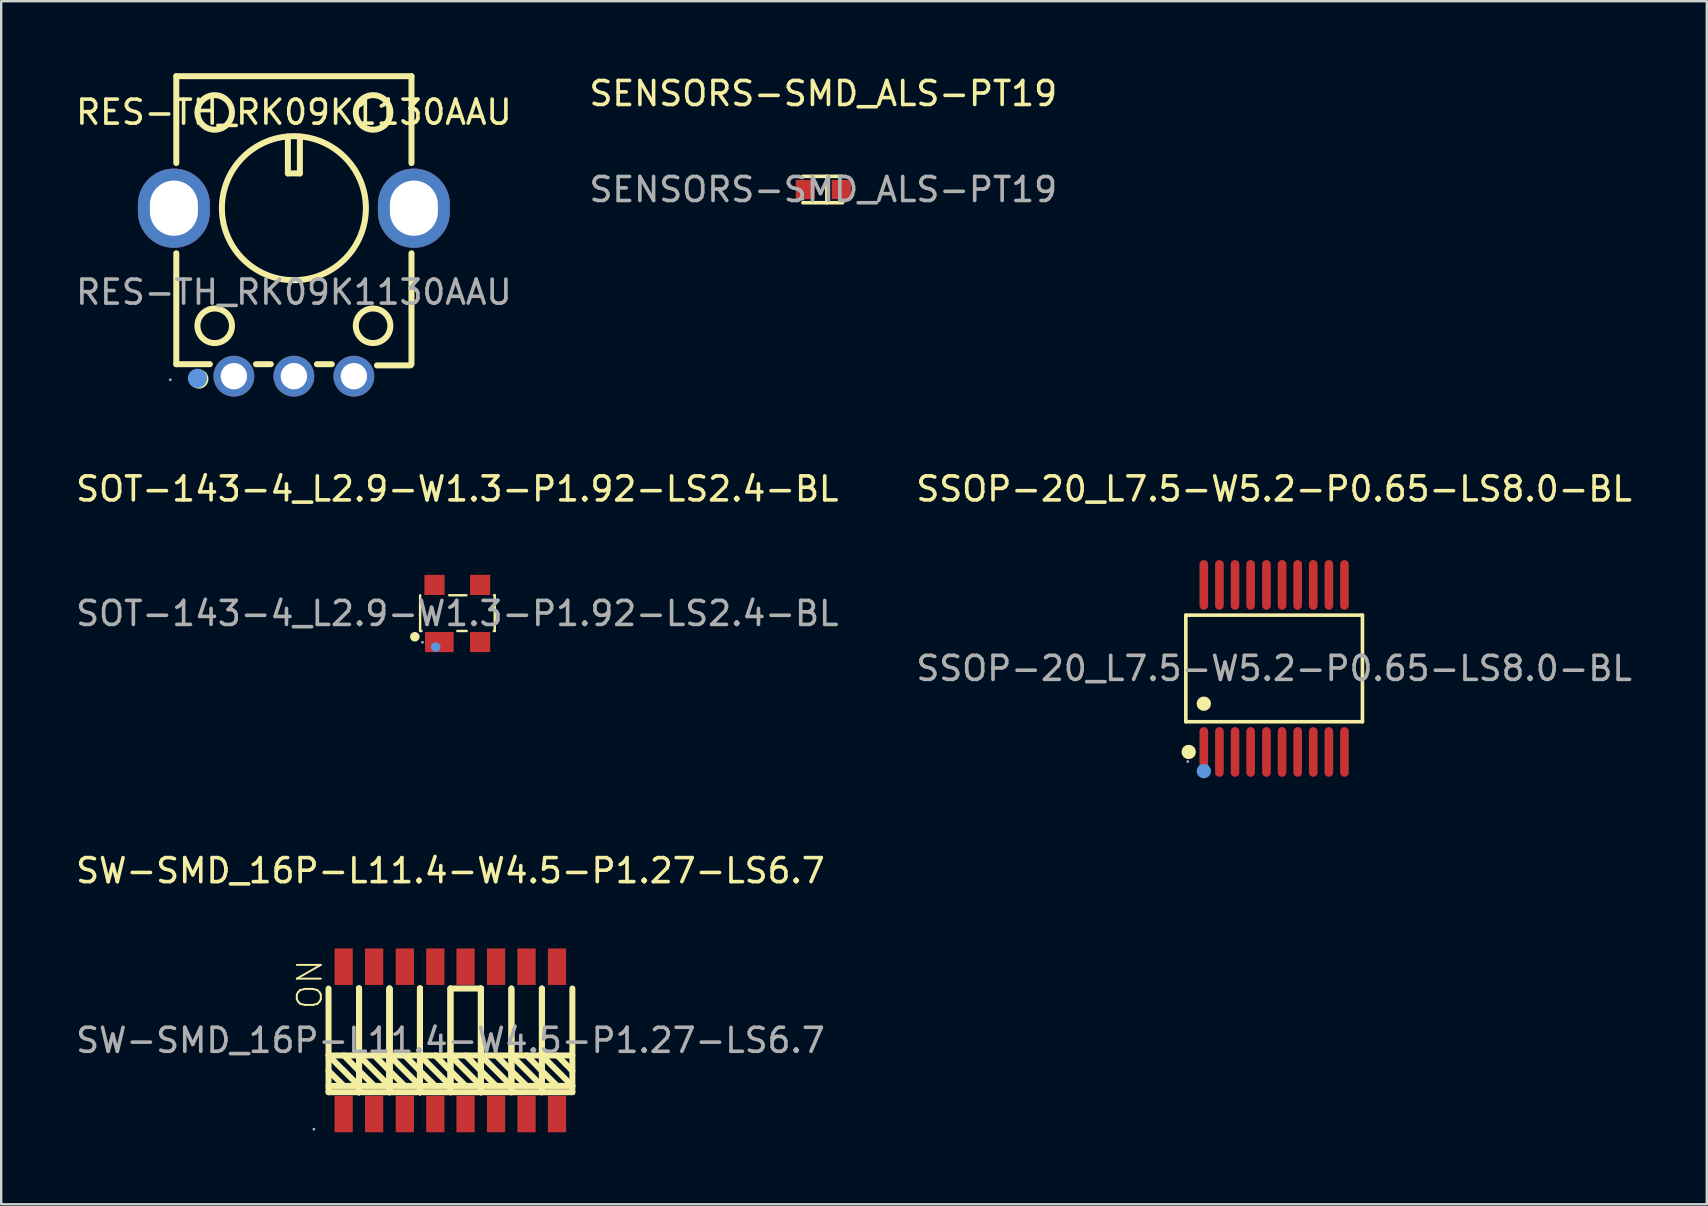
<source format=kicad_pcb>
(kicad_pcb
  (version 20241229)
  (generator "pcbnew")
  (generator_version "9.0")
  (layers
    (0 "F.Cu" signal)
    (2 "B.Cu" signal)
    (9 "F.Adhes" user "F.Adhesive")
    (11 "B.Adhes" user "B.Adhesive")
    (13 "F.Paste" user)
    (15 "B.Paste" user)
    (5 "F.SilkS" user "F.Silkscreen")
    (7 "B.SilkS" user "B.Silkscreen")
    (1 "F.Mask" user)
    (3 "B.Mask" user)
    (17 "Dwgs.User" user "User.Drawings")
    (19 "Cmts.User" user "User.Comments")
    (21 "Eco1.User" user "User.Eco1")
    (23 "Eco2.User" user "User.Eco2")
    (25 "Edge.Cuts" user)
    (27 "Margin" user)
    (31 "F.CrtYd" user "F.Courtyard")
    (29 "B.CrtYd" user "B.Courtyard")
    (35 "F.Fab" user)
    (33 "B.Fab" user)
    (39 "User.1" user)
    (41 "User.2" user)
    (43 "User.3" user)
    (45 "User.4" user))
  (footprint "SOT-143-4_L2.9-W1.3-P1.92-LS2.4-BL"
    (layer "F.Cu")
    (at 16.006 22.513)
    (property "Reference" "SOT-143-4_L2.9-W1.3-P1.92-LS2.4-BL" (at 0 -5.19 0) (layer "F.SilkS") (effects (font (size 1 1) (thickness 0.15))))
    (attr through_hole)
    (fp_line (start -1.55 0.73) (end -1.55 -0.76) (stroke (width 0.1) (type solid)) (layer "F.SilkS"))
    (fp_line (start -1.49 0.73) (end -1.55 0.73) (stroke (width 0.1) (type solid)) (layer "F.SilkS"))
    (fp_line (start -0.34 -0.76) (end 0.38 -0.76) (stroke (width 0.1) (type solid)) (layer "F.SilkS"))
    (fp_line (start 0.39 0.73) (end 0 0.73) (stroke (width 0.1) (type solid)) (layer "F.SilkS"))
    (fp_line (start 1.53 -0.76) (end 1.56 -0.76) (stroke (width 0.1) (type solid)) (layer "F.SilkS"))
    (fp_line (start 1.56 -0.76) (end 1.56 0.73) (stroke (width 0.1) (type solid)) (layer "F.SilkS"))
    (fp_line (start 1.56 0.73) (end 1.52 0.73) (stroke (width 0.1) (type solid)) (layer "F.SilkS"))
    (fp_circle (center -1.77 0.97) (end -1.67 0.97) (stroke (width 0.2) (type solid)) (fill no) (layer "F.SilkS"))
    (fp_circle (center -0.9 1.4) (end -0.8 1.4) (stroke (width 0.2) (type solid)) (fill no) (layer "Cmts.User"))
    (fp_circle (center -1.45 1.2) (end -1.42 1.2) (stroke (width 0.06) (type solid)) (fill no) (layer "F.Fab"))
    (fp_text user "${REFERENCE}" (at 0 0 0) (layer "F.Fab") (effects (font (size 1 1) (thickness 0.15))))
    (pad "1" smd rect (at -0.75 1.19) (size 1.19 0.84) (layers "F.Cu" "F.Mask" "F.Paste"))
    (pad "2" smd rect (at 0.95 1.19) (size 0.84 0.84) (layers "F.Cu" "F.Mask" "F.Paste"))
    (pad "3" smd rect (at 0.95 -1.19) (size 0.84 0.84) (layers "F.Cu" "F.Mask" "F.Paste"))
    (pad "4" smd rect (at -0.95 -1.19) (size 0.84 0.84) (layers "F.Cu" "F.Mask" "F.Paste")))
  (footprint "SW-SMD_16P-L11.4-W4.5-P1.27-LS6.7"
    (layer "F.Cu")
    (at 15.72 40.301)
    (property "Reference" "SW-SMD_16P-L11.4-W4.5-P1.27-LS6.7" (at 0 -7.07 0) (layer "F.SilkS") (effects (font (size 1 1) (thickness 0.15))))
    (attr through_hole)
    (fp_line (start -5.08 -2.16) (end -5.08 2.16) (stroke (width 0.25) (type solid)) (layer "F.SilkS"))
    (fp_line (start -5.08 0.63) (end -3.81 1.9) (stroke (width 0.25) (type solid)) (layer "F.SilkS"))
    (fp_line (start -5.08 1.27) (end -4.44 1.9) (stroke (width 0.25) (type solid)) (layer "F.SilkS"))
    (fp_line (start -5.08 1.9) (end -3.81 1.9) (stroke (width 0.25) (type solid)) (layer "F.SilkS"))
    (fp_line (start -5.08 2.16) (end -3.81 2.16) (stroke (width 0.25) (type solid)) (layer "F.SilkS"))
    (fp_line (start -4.44 0.63) (end -3.81 1.27) (stroke (width 0.25) (type solid)) (layer "F.SilkS"))
    (fp_line (start -3.81 -2.16) (end -3.81 2.16) (stroke (width 0.25) (type solid)) (layer "F.SilkS"))
    (fp_line (start -3.81 -2.16) (end -3.81 2.16) (stroke (width 0.25) (type solid)) (layer "F.SilkS"))
    (fp_line (start -3.81 0.63) (end -5.08 0.63) (stroke (width 0.25) (type solid)) (layer "F.SilkS"))
    (fp_line (start -3.81 0.63) (end -2.54 1.9) (stroke (width 0.25) (type solid)) (layer "F.SilkS"))
    (fp_line (start -3.81 1.27) (end -3.17 1.9) (stroke (width 0.25) (type solid)) (layer "F.SilkS"))
    (fp_line (start -3.81 1.9) (end -2.54 1.9) (stroke (width 0.25) (type solid)) (layer "F.SilkS"))
    (fp_line (start -3.81 2.16) (end -3.81 -2.16) (stroke (width 0.25) (type solid)) (layer "F.SilkS"))
    (fp_line (start -3.81 2.16) (end -3.81 -2.16) (stroke (width 0.25) (type solid)) (layer "F.SilkS"))
    (fp_line (start -3.81 2.16) (end -3.81 -2.16) (stroke (width 0.25) (type solid)) (layer "F.SilkS"))
    (fp_line (start -3.81 2.16) (end -3.81 -2.16) (stroke (width 0.25) (type solid)) (layer "F.SilkS"))
    (fp_line (start -3.17 0.63) (end -2.54 1.27) (stroke (width 0.25) (type solid)) (layer "F.SilkS"))
    (fp_line (start -2.54 -2.16) (end -2.54 2.16) (stroke (width 0.25) (type solid)) (layer "F.SilkS"))
    (fp_line (start -2.54 -2.16) (end -2.54 2.16) (stroke (width 0.25) (type solid)) (layer "F.SilkS"))
    (fp_line (start -2.54 0.63) (end -3.81 0.63) (stroke (width 0.25) (type solid)) (layer "F.SilkS"))
    (fp_line (start -2.54 0.63) (end -1.27 0.63) (stroke (width 0.25) (type solid)) (layer "F.SilkS"))
    (fp_line (start -2.54 1.27) (end -1.9 1.9) (stroke (width 0.25) (type solid)) (layer "F.SilkS"))
    (fp_line (start -2.54 1.9) (end -1.27 1.9) (stroke (width 0.25) (type solid)) (layer "F.SilkS"))
    (fp_line (start -2.54 2.16) (end -3.81 2.16) (stroke (width 0.25) (type solid)) (layer "F.SilkS"))
    (fp_line (start -2.54 2.16) (end -2.54 -2.16) (stroke (width 0.25) (type solid)) (layer "F.SilkS"))
    (fp_line (start -2.54 2.16) (end -2.54 -2.16) (stroke (width 0.25) (type solid)) (layer "F.SilkS"))
    (fp_line (start -1.9 0.63) (end -1.27 1.27) (stroke (width 0.25) (type solid)) (layer "F.SilkS"))
    (fp_line (start -1.27 -2.16) (end -1.27 2.16) (stroke (width 0.25) (type solid)) (layer "F.SilkS"))
    (fp_line (start -1.27 -2.16) (end -1.27 2.16) (stroke (width 0.25) (type solid)) (layer "F.SilkS"))
    (fp_line (start -1.27 -2.16) (end -1.27 2.16) (stroke (width 0.25) (type solid)) (layer "F.SilkS"))
    (fp_line (start -1.27 0.63) (end 0 0.63) (stroke (width 0.25) (type solid)) (layer "F.SilkS"))
    (fp_line (start -1.27 0.63) (end 0 1.9) (stroke (width 0.25) (type solid)) (layer "F.SilkS"))
    (fp_line (start -1.27 1.27) (end -0.63 1.9) (stroke (width 0.25) (type solid)) (layer "F.SilkS"))
    (fp_line (start -1.27 1.9) (end -2.54 0.63) (stroke (width 0.25) (type solid)) (layer "F.SilkS"))
    (fp_line (start -1.27 2.16) (end -2.54 2.16) (stroke (width 0.25) (type solid)) (layer "F.SilkS"))
    (fp_line (start -1.27 2.16) (end -1.27 -2.16) (stroke (width 0.25) (type solid)) (layer "F.SilkS"))
    (fp_line (start -1.27 2.16) (end -1.27 -2.16) (stroke (width 0.25) (type solid)) (layer "F.SilkS"))
    (fp_line (start -1.27 2.16) (end -1.27 -2.16) (stroke (width 0.25) (type solid)) (layer "F.SilkS"))
    (fp_line (start -0.63 0.63) (end 0 1.27) (stroke (width 0.25) (type solid)) (layer "F.SilkS"))
    (fp_line (start 0 -2.16) (end 0 2.16) (stroke (width 0.25) (type solid)) (layer "F.SilkS"))
    (fp_line (start 0 -2.16) (end 1.27 -2.16) (stroke (width 0.25) (type solid)) (layer "F.SilkS"))
    (fp_line (start 0 0.63) (end 1.27 0.63) (stroke (width 0.25) (type solid)) (layer "F.SilkS"))
    (fp_line (start 0 0.63) (end 1.27 1.9) (stroke (width 0.25) (type solid)) (layer "F.SilkS"))
    (fp_line (start 0 1.27) (end 0.64 1.9) (stroke (width 0.25) (type solid)) (layer "F.SilkS"))
    (fp_line (start 0 1.9) (end -1.27 1.9) (stroke (width 0.25) (type solid)) (layer "F.SilkS"))
    (fp_line (start 0 2.16) (end -1.27 2.16) (stroke (width 0.25) (type solid)) (layer "F.SilkS"))
    (fp_line (start 0 2.16) (end 0 -2.16) (stroke (width 0.25) (type solid)) (layer "F.SilkS"))
    (fp_line (start 0.64 0.63) (end 1.27 1.27) (stroke (width 0.25) (type solid)) (layer "F.SilkS"))
    (fp_line (start 1.27 -2.16) (end 1.27 2.16) (stroke (width 0.25) (type solid)) (layer "F.SilkS"))
    (fp_line (start 1.27 -2.16) (end 1.27 2.16) (stroke (width 0.25) (type solid)) (layer "F.SilkS"))
    (fp_line (start 1.27 -2.16) (end 1.27 2.16) (stroke (width 0.25) (type solid)) (layer "F.SilkS"))
    (fp_line (start 1.27 0.63) (end 2.54 0.63) (stroke (width 0.25) (type solid)) (layer "F.SilkS"))
    (fp_line (start 1.27 0.63) (end 2.54 1.9) (stroke (width 0.25) (type solid)) (layer "F.SilkS"))
    (fp_line (start 1.27 1.27) (end 1.91 1.9) (stroke (width 0.25) (type solid)) (layer "F.SilkS"))
    (fp_line (start 1.27 1.9) (end 0 1.9) (stroke (width 0.25) (type solid)) (layer "F.SilkS"))
    (fp_line (start 1.27 2.16) (end 0 2.16) (stroke (width 0.25) (type solid)) (layer "F.SilkS"))
    (fp_line (start 1.27 2.16) (end 1.27 -2.16) (stroke (width 0.25) (type solid)) (layer "F.SilkS"))
    (fp_line (start 1.27 2.16) (end 2.54 2.16) (stroke (width 0.25) (type solid)) (layer "F.SilkS"))
    (fp_line (start 1.91 0.63) (end 2.54 1.27) (stroke (width 0.25) (type solid)) (layer "F.SilkS"))
    (fp_line (start 2.54 0.63) (end 3.81 0.63) (stroke (width 0.25) (type solid)) (layer "F.SilkS"))
    (fp_line (start 2.54 1.27) (end 3.18 1.9) (stroke (width 0.25) (type solid)) (layer "F.SilkS"))
    (fp_line (start 2.54 1.9) (end 1.27 1.9) (stroke (width 0.25) (type solid)) (layer "F.SilkS"))
    (fp_line (start 2.54 2.16) (end 2.54 -2.16) (stroke (width 0.25) (type solid)) (layer "F.SilkS"))
    (fp_line (start 2.54 2.16) (end 2.54 -2.16) (stroke (width 0.25) (type solid)) (layer "F.SilkS"))
    (fp_line (start 3.18 0.63) (end 3.81 1.27) (stroke (width 0.25) (type solid)) (layer "F.SilkS"))
    (fp_line (start 3.81 -2.16) (end 3.81 2.16) (stroke (width 0.25) (type solid)) (layer "F.SilkS"))
    (fp_line (start 3.81 -2.16) (end 3.81 2.16) (stroke (width 0.25) (type solid)) (layer "F.SilkS"))
    (fp_line (start 3.81 0.63) (end 5.08 1.9) (stroke (width 0.25) (type solid)) (layer "F.SilkS"))
    (fp_line (start 3.81 1.27) (end 4.45 1.9) (stroke (width 0.25) (type solid)) (layer "F.SilkS"))
    (fp_line (start 3.81 1.9) (end 2.54 0.63) (stroke (width 0.25) (type solid)) (layer "F.SilkS"))
    (fp_line (start 3.81 1.9) (end 2.54 1.9) (stroke (width 0.25) (type solid)) (layer "F.SilkS"))
    (fp_line (start 3.81 2.16) (end 2.54 2.16) (stroke (width 0.25) (type solid)) (layer "F.SilkS"))
    (fp_line (start 3.81 2.16) (end 5.08 2.16) (stroke (width 0.25) (type solid)) (layer "F.SilkS"))
    (fp_line (start 4.45 0.63) (end 5.08 1.27) (stroke (width 0.25) (type solid)) (layer "F.SilkS"))
    (fp_line (start 5.08 0.63) (end 3.81 0.63) (stroke (width 0.25) (type solid)) (layer "F.SilkS"))
    (fp_line (start 5.08 1.9) (end 3.81 1.9) (stroke (width 0.25) (type solid)) (layer "F.SilkS"))
    (fp_line (start 5.08 2.16) (end 5.08 -2.16) (stroke (width 0.25) (type solid)) (layer "F.SilkS"))
    (fp_circle (center -5.69 3.7) (end -5.66 3.7) (stroke (width 0.06) (type solid)) (fill no) (layer "F.Fab"))
    (fp_text user "ON" (at -5.861 -1.234 270) (layer "F.SilkS") (effects (font (size 1 1) (thickness 0.08)) (justify left)))
    (fp_text user "${REFERENCE}" (at 0 0 0) (layer "F.Fab") (effects (font (size 1 1) (thickness 0.15))))
    (pad "1" smd rect (at -4.45 3.07 90) (size 1.52 0.76) (layers "F.Cu" "F.Mask" "F.Paste"))
    (pad "2" smd rect (at -3.18 3.07 90) (size 1.52 0.76) (layers "F.Cu" "F.Mask" "F.Paste"))
    (pad "3" smd rect (at -1.9 3.07 90) (size 1.52 0.76) (layers "F.Cu" "F.Mask" "F.Paste"))
    (pad "4" smd rect (at -0.63 3.07 90) (size 1.52 0.76) (layers "F.Cu" "F.Mask" "F.Paste"))
    (pad "5" smd rect (at 0.63 3.07 90) (size 1.52 0.76) (layers "F.Cu" "F.Mask" "F.Paste"))
    (pad "6" smd rect (at 1.9 3.07 90) (size 1.52 0.76) (layers "F.Cu" "F.Mask" "F.Paste"))
    (pad "7" smd rect (at 3.17 3.07 90) (size 1.52 0.76) (layers "F.Cu" "F.Mask" "F.Paste"))
    (pad "8" smd rect (at 4.44 3.07 90) (size 1.52 0.76) (layers "F.Cu" "F.Mask" "F.Paste"))
    (pad "9" smd rect (at 4.44 -3.07 90) (size 1.52 0.76) (layers "F.Cu" "F.Mask" "F.Paste"))
    (pad "10" smd rect (at 3.17 -3.07 90) (size 1.52 0.76) (layers "F.Cu" "F.Mask" "F.Paste"))
    (pad "11" smd rect (at 1.9 -3.07 90) (size 1.52 0.76) (layers "F.Cu" "F.Mask" "F.Paste"))
    (pad "12" smd rect (at 0.63 -3.07 90) (size 1.52 0.76) (layers "F.Cu" "F.Mask" "F.Paste"))
    (pad "13" smd rect (at -0.63 -3.07 90) (size 1.52 0.76) (layers "F.Cu" "F.Mask" "F.Paste"))
    (pad "14" smd rect (at -1.9 -3.07 90) (size 1.52 0.76) (layers "F.Cu" "F.Mask" "F.Paste"))
    (pad "15" smd rect (at -3.18 -3.07 90) (size 1.52 0.76) (layers "F.Cu" "F.Mask" "F.Paste"))
    (pad "16" smd rect (at -4.45 -3.07 90) (size 1.52 0.76) (layers "F.Cu" "F.Mask" "F.Paste")))
  (footprint "SSOP-20_L7.5-W5.2-P0.65-LS8.0-BL"
    (layer "F.Cu")
    (at 50.042 24.803)
    (property "Reference" "SSOP-20_L7.5-W5.2-P0.65-LS8.0-BL" (at 0 -7.48 0) (layer "F.SilkS") (effects (font (size 1 1) (thickness 0.15))))
    (attr through_hole)
    (fp_line (start -3.68 -2.22) (end 3.68 -2.22) (stroke (width 0.15) (type solid)) (layer "F.SilkS"))
    (fp_line (start -3.68 2.22) (end -3.68 -2.22) (stroke (width 0.15) (type solid)) (layer "F.SilkS"))
    (fp_line (start 3.68 -2.22) (end 3.68 2.22) (stroke (width 0.15) (type solid)) (layer "F.SilkS"))
    (fp_line (start 3.68 2.22) (end -3.68 2.22) (stroke (width 0.15) (type solid)) (layer "F.SilkS"))
    (fp_circle (center -3.56 3.48) (end -3.41 3.48) (stroke (width 0.3) (type solid)) (fill no) (layer "F.SilkS"))
    (fp_circle (center -2.93 1.47) (end -2.78 1.47) (stroke (width 0.3) (type solid)) (fill no) (layer "F.SilkS"))
    (fp_circle (center -2.93 4.28) (end -2.78 4.28) (stroke (width 0.3) (type solid)) (fill no) (layer "Cmts.User"))
    (fp_circle (center -3.6 3.88) (end -3.57 3.88) (stroke (width 0.06) (type solid)) (fill no) (layer "F.Fab"))
    (fp_text user "${REFERENCE}" (at 0 0 0) (layer "F.Fab") (effects (font (size 1 1) (thickness 0.15))))
    (pad "1" smd oval (at -2.93 3.48) (size 0.36 2.07) (layers "F.Cu" "F.Mask" "F.Paste"))
    (pad "2" smd oval (at -2.28 3.48) (size 0.36 2.07) (layers "F.Cu" "F.Mask" "F.Paste"))
    (pad "3" smd oval (at -1.63 3.48) (size 0.36 2.07) (layers "F.Cu" "F.Mask" "F.Paste"))
    (pad "4" smd oval (at -0.98 3.48) (size 0.36 2.07) (layers "F.Cu" "F.Mask" "F.Paste"))
    (pad "5" smd oval (at -0.32 3.48) (size 0.36 2.07) (layers "F.Cu" "F.Mask" "F.Paste"))
    (pad "6" smd oval (at 0.33 3.48) (size 0.36 2.07) (layers "F.Cu" "F.Mask" "F.Paste"))
    (pad "7" smd oval (at 0.98 3.48) (size 0.36 2.07) (layers "F.Cu" "F.Mask" "F.Paste"))
    (pad "8" smd oval (at 1.63 3.48) (size 0.36 2.07) (layers "F.Cu" "F.Mask" "F.Paste"))
    (pad "9" smd oval (at 2.28 3.48) (size 0.36 2.07) (layers "F.Cu" "F.Mask" "F.Paste"))
    (pad "10" smd oval (at 2.93 3.48) (size 0.36 2.07) (layers "F.Cu" "F.Mask" "F.Paste"))
    (pad "11" smd oval (at 2.93 -3.48) (size 0.36 2.07) (layers "F.Cu" "F.Mask" "F.Paste"))
    (pad "12" smd oval (at 2.28 -3.48) (size 0.36 2.07) (layers "F.Cu" "F.Mask" "F.Paste"))
    (pad "13" smd oval (at 1.63 -3.48) (size 0.36 2.07) (layers "F.Cu" "F.Mask" "F.Paste"))
    (pad "14" smd oval (at 0.98 -3.48) (size 0.36 2.07) (layers "F.Cu" "F.Mask" "F.Paste"))
    (pad "15" smd oval (at 0.33 -3.48) (size 0.36 2.07) (layers "F.Cu" "F.Mask" "F.Paste"))
    (pad "16" smd oval (at -0.32 -3.48) (size 0.36 2.07) (layers "F.Cu" "F.Mask" "F.Paste"))
    (pad "17" smd oval (at -0.98 -3.48) (size 0.36 2.07) (layers "F.Cu" "F.Mask" "F.Paste"))
    (pad "18" smd oval (at -1.63 -3.48) (size 0.36 2.07) (layers "F.Cu" "F.Mask" "F.Paste"))
    (pad "19" smd oval (at -2.28 -3.48) (size 0.36 2.07) (layers "F.Cu" "F.Mask" "F.Paste"))
    (pad "20" smd oval (at -2.93 -3.48) (size 0.36 2.07) (layers "F.Cu" "F.Mask" "F.Paste")))
  (footprint "SENSORS-SMD_ALS-PT19"
    (layer "F.Cu")
    (at 31.256 4.848)
    (property "Reference" "SENSORS-SMD_ALS-PT19" (at 0 -4 0) (layer "F.SilkS") (effects (font (size 1 1) (thickness 0.15))))
    (attr through_hole)
    (fp_line (start -0.85 -0.55) (end 0.8 -0.55) (stroke (width 0.15) (type solid)) (layer "F.SilkS"))
    (fp_line (start -0.85 0.55) (end 0.8 0.55) (stroke (width 0.15) (type solid)) (layer "F.SilkS"))
    (fp_line (start 0.15 -0.55) (end 0.15 0.55) (stroke (width 0.15) (type solid)) (layer "F.SilkS"))
    (fp_circle (center -0.85 0.4) (end -0.82 0.4) (stroke (width 0.06) (type solid)) (fill no) (layer "F.Fab"))
    (fp_text user "${REFERENCE}" (at 0 0 0) (layer "F.Fab") (effects (font (size 1 1) (thickness 0.15))))
    (pad "1" smd rect (at -0.75 0 180) (size 0.8 0.8) (layers "F.Cu" "F.Mask" "F.Paste"))
    (pad "2" smd rect (at 0.75 0 180) (size 0.8 0.8) (layers "F.Cu" "F.Mask" "F.Paste")))
  (footprint "RES-TH_RK09K1130AAU"
    (layer "F.Cu")
    (at 9.196 9.125)
    (property "Reference" "RES-TH_RK09K1130AAU" (at 0 -7.5 0) (layer "F.SilkS") (effects (font (size 1 1) (thickness 0.15))))
    (attr through_hole)
    (fp_line (start -4.9 -9) (end -4.9 -5.38) (stroke (width 0.25) (type solid)) (layer "F.SilkS"))
    (fp_line (start -4.9 -9) (end 4.9 -9) (stroke (width 0.25) (type solid)) (layer "F.SilkS"))
    (fp_line (start -4.9 -1.62) (end -4.9 3) (stroke (width 0.25) (type solid)) (layer "F.SilkS"))
    (fp_line (start -4.9 3) (end -3.5 3) (stroke (width 0.25) (type solid)) (layer "F.SilkS"))
    (fp_line (start -1.58 3) (end -0.96 3) (stroke (width 0.25) (type solid)) (layer "F.SilkS"))
    (fp_line (start -0.25 -6.48) (end -0.25 -4.95) (stroke (width 0.25) (type solid)) (layer "F.SilkS"))
    (fp_line (start -0.25 -4.95) (end 0.25 -4.95) (stroke (width 0.25) (type solid)) (layer "F.SilkS"))
    (fp_line (start 0.25 -4.95) (end 0.25 -6.48) (stroke (width 0.25) (type solid)) (layer "F.SilkS"))
    (fp_line (start 0.96 3) (end 1.58 3) (stroke (width 0.25) (type solid)) (layer "F.SilkS"))
    (fp_line (start 4.86 3.05) (end 3.46 3.05) (stroke (width 0.25) (type solid)) (layer "F.SilkS"))
    (fp_line (start 4.9 -9) (end 4.9 -5.38) (stroke (width 0.25) (type solid)) (layer "F.SilkS"))
    (fp_line (start 4.9 -1.62) (end 4.9 3) (stroke (width 0.25) (type solid)) (layer "F.SilkS"))
    (fp_circle (center -3.96 3.62) (end -3.76 3.62) (stroke (width 0.4) (type solid)) (fill no) (layer "F.SilkS"))
    (fp_circle (center -3.3 -7.49) (end -2.58 -7.49) (stroke (width 0.25) (type solid)) (fill no) (layer "F.SilkS"))
    (fp_circle (center -3.3 1.4) (end -2.58 1.4) (stroke (width 0.25) (type solid)) (fill no) (layer "F.SilkS"))
    (fp_circle (center 0 -3.5) (end 3 -3.5) (stroke (width 0.25) (type solid)) (fill no) (layer "F.SilkS"))
    (fp_circle (center 3.3 -7.49) (end 4.02 -7.49) (stroke (width 0.25) (type solid)) (fill no) (layer "F.SilkS"))
    (fp_circle (center 3.3 1.4) (end 4.02 1.4) (stroke (width 0.25) (type solid)) (fill no) (layer "F.SilkS"))
    (fp_circle (center -4.02 3.59) (end -3.82 3.59) (stroke (width 0.4) (type solid)) (fill no) (layer "Cmts.User"))
    (fp_circle (center -5.15 3.65) (end -5.12 3.65) (stroke (width 0.06) (type solid)) (fill no) (layer "F.Fab"))
    (fp_text user "${REFERENCE}" (at 0 0 0) (layer "F.Fab") (effects (font (size 1 1) (thickness 0.15))))
    (pad "1" thru_hole circle (at -2.5 3.5) (size 1.7 1.7) (drill 1.1) (layers "*.Cu" "*.Paste" "*.Mask"))
    (pad "2" thru_hole circle (at 0 3.5) (size 1.7 1.7) (drill 1.1) (layers "*.Cu" "*.Paste" "*.Mask"))
    (pad "3" thru_hole circle (at 2.5 3.5) (size 1.7 1.7) (drill 1.1) (layers "*.Cu" "*.Paste" "*.Mask"))
    (pad "4" thru_hole oval (at 5 -3.5) (size 3 3.3) (drill oval 2 2.3) (layers "*.Cu" "*.Paste" "*.Mask"))
    (pad "5" thru_hole oval (at -5 -3.5) (size 3 3.3) (drill oval 2 2.3) (layers "*.Cu" "*.Paste" "*.Mask")))
  (gr_rect
    (start -3 -3)
    (end 68.071 47.132)
    (stroke (width 0.1) (type default))
    (fill no)
    (layer "Edge.Cuts")))
</source>
